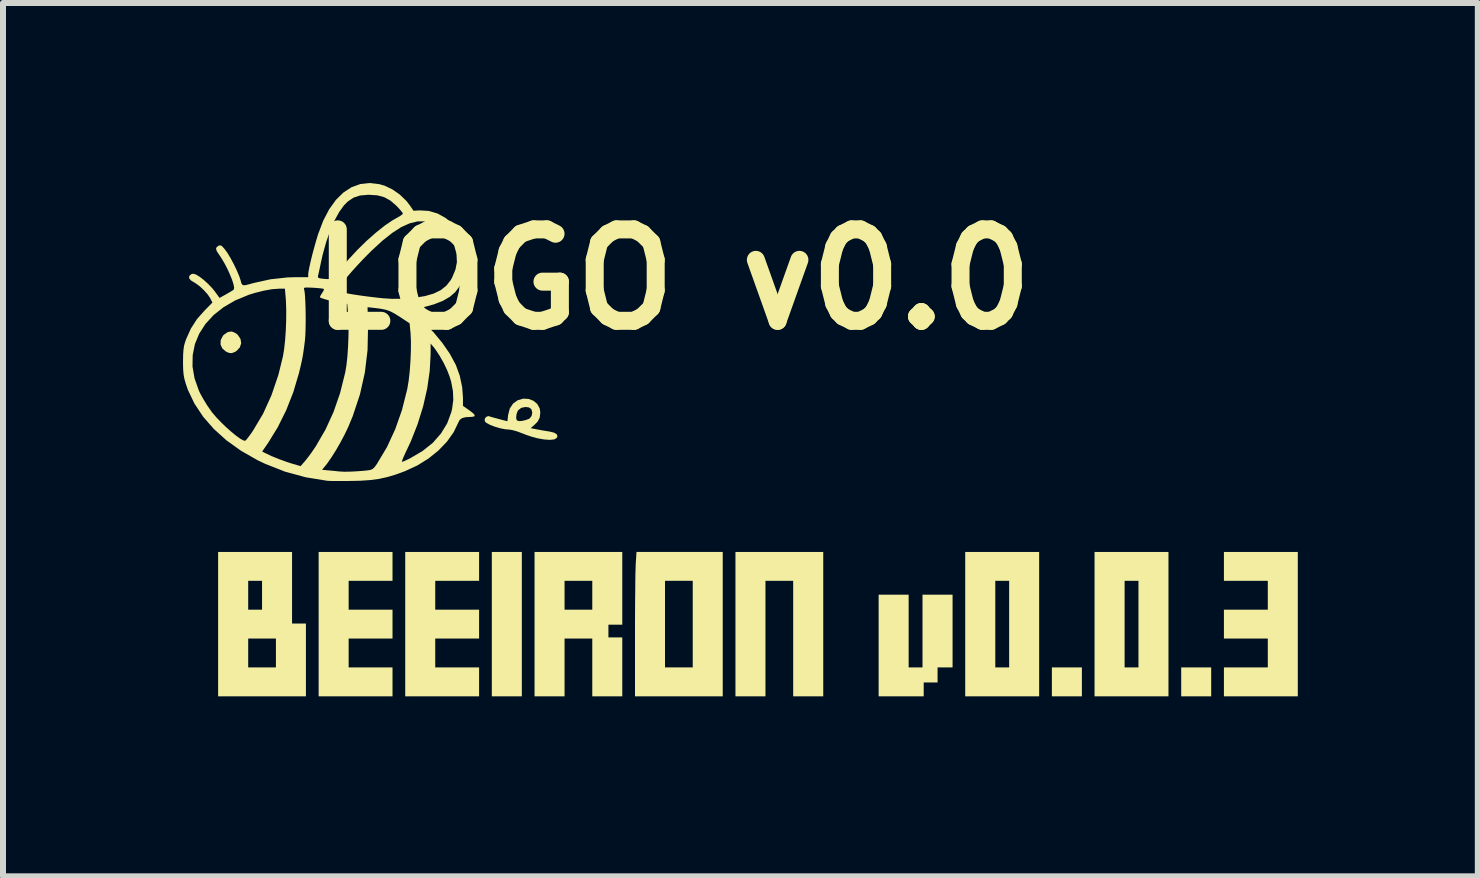
<source format=kicad_pcb>
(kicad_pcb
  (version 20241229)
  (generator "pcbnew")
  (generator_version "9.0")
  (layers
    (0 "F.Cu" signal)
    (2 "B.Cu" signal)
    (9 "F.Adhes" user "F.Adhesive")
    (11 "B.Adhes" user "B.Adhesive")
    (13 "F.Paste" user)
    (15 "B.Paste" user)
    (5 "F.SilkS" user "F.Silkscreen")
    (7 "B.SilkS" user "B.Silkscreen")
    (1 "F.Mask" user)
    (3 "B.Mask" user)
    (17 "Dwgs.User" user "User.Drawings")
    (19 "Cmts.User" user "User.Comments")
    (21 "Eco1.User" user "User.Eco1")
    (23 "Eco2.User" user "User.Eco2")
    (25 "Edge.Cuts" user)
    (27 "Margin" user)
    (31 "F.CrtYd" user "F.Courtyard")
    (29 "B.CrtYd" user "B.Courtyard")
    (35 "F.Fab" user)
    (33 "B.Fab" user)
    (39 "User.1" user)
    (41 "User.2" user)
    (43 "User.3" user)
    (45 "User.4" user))
  (footprint "LOGO v0.0"
    (layer "F.Cu")
    (at 8.167 1.607)
    (property "Reference" "LOGO v0.0" (at 0 0 0) (layer "F.SilkS") (effects (font (size 1.524 1.524) (thickness 0.3))))
    (attr board_only exclude_from_pos_files exclude_from_bom)
    (fp_poly (pts (xy -2.521 6.947) (xy -3.021 6.947) (xy -3.021 4.541) (xy -2.521 4.541)) (stroke (width 0) (type solid)) (fill yes) (layer "F.SilkS"))
    (fp_poly (pts (xy 6.812 6.947) (xy 6.312 6.947) (xy 6.312 6.465) (xy 6.812 6.465)) (stroke (width 0) (type solid)) (fill yes) (layer "F.SilkS"))
    (fp_poly (pts (xy 8.967 6.947) (xy 8.467 6.947) (xy 8.467 6.465) (xy 8.967 6.465)) (stroke (width 0) (type solid)) (fill yes) (layer "F.SilkS"))
    (fp_poly (pts (xy 2.502 6.947) (xy 2.001 6.947) (xy 2.001 5.022) (xy 1.539 5.022) (xy 1.539 6.947) (xy 1.039 6.947) (xy 1.039 4.541) (xy 2.502 4.541)) (stroke (width 0) (type solid)) (fill yes) (layer "F.SilkS"))
    (fp_poly (pts (xy 6.1 6.947) (xy 4.868 6.947) (xy 4.868 6.465) (xy 5.369 6.465) (xy 5.6 6.465) (xy 5.6 5.022) (xy 5.369 5.022) (xy 5.369 6.465) (xy 4.868 6.465) (xy 4.868 4.541) (xy 6.1 4.541)) (stroke (width 0) (type solid)) (fill yes) (layer "F.SilkS"))
    (fp_poly (pts (xy 8.255 6.947) (xy 7.023 6.947) (xy 7.023 6.465) (xy 7.524 6.465) (xy 7.755 6.465) (xy 7.755 5.022) (xy 7.524 5.022) (xy 7.524 6.465) (xy 7.023 6.465) (xy 7.023 4.541) (xy 8.255 4.541)) (stroke (width 0) (type solid)) (fill yes) (layer "F.SilkS"))
    (fp_poly (pts (xy -4.676 5.022) (xy -5.407 5.022) (xy -5.407 5.503) (xy -4.676 5.503) (xy -4.676 5.984) (xy -5.407 5.984) (xy -5.407 6.465) (xy -4.676 6.465) (xy -4.676 6.947) (xy -5.907 6.947) (xy -5.907 4.541) (xy -4.676 4.541)) (stroke (width 0) (type solid)) (fill yes) (layer "F.SilkS"))
    (fp_poly (pts (xy -3.233 5.022) (xy -3.964 5.022) (xy -3.964 5.503) (xy -3.233 5.503) (xy -3.233 5.984) (xy -3.964 5.984) (xy -3.964 6.465) (xy -3.233 6.465) (xy -3.233 6.947) (xy -4.464 6.947) (xy -4.464 4.541) (xy -3.233 4.541)) (stroke (width 0) (type solid)) (fill yes) (layer "F.SilkS"))
    (fp_poly (pts (xy 3.925 6.465) (xy 4.156 6.465) (xy 4.156 5.253) (xy 4.657 5.253) (xy 4.657 6.465) (xy 4.407 6.465) (xy 4.407 6.716) (xy 4.176 6.716) (xy 4.176 6.947) (xy 3.425 6.947) (xy 3.425 5.253) (xy 3.925 5.253)) (stroke (width 0) (type solid)) (fill yes) (layer "F.SilkS"))
    (fp_poly (pts (xy 10.41 6.947) (xy 9.179 6.947) (xy 9.179 6.465) (xy 9.91 6.465) (xy 9.91 5.984) (xy 9.179 5.984) (xy 9.179 5.503) (xy 9.91 5.503) (xy 9.91 5.022) (xy 9.179 5.022) (xy 9.179 4.541) (xy 10.41 4.541)) (stroke (width 0) (type solid)) (fill yes) (layer "F.SilkS"))
    (fp_poly (pts (xy -7.285 0.898) (xy -7.255 0.923) (xy -7.209 0.991) (xy -7.198 1.063) (xy -7.22 1.132) (xy -7.275 1.191) (xy -7.306 1.21) (xy -7.357 1.228) (xy -7.404 1.223) (xy -7.451 1.202) (xy -7.512 1.15) (xy -7.542 1.083) (xy -7.539 1.01) (xy -7.502 0.939) (xy -7.487 0.922) (xy -7.42 0.876) (xy -7.353 0.867)) (stroke (width 0) (type solid)) (fill yes) (layer "F.SilkS"))
    (fp_poly (pts (xy -0.847 5.753) (xy -1.078 5.753) (xy -1.078 5.965) (xy -0.847 5.965) (xy -0.847 6.947) (xy -1.347 6.947) (xy -1.347 5.984) (xy -1.809 5.984) (xy -1.809 6.947) (xy -2.309 6.947) (xy -2.309 5.503) (xy -1.809 5.503) (xy -1.347 5.503) (xy -1.347 5.022) (xy -1.809 5.022) (xy -1.809 5.503) (xy -2.309 5.503) (xy -2.309 4.541) (xy -0.847 4.541)) (stroke (width 0) (type solid)) (fill yes) (layer "F.SilkS"))
    (fp_poly (pts (xy -6.35 5.734) (xy -6.119 5.734) (xy -6.119 6.947) (xy -7.582 6.947) (xy -7.582 6.465) (xy -7.081 6.465) (xy -6.619 6.465) (xy -6.619 5.984) (xy -7.081 5.984) (xy -7.081 6.465) (xy -7.582 6.465) (xy -7.582 5.503) (xy -7.081 5.503) (xy -6.85 5.503) (xy -6.85 5.022) (xy -7.081 5.022) (xy -7.081 5.503) (xy -7.582 5.503) (xy -7.582 4.541) (xy -6.35 4.541)) (stroke (width 0) (type solid)) (fill yes) (layer "F.SilkS"))
    (fp_poly (pts (xy 0.827 6.947) (xy -0.635 6.947) (xy -0.635 6.465) (xy -0.135 6.465) (xy 0.327 6.465) (xy 0.327 5.022) (xy -0.135 5.022) (xy -0.135 6.465) (xy -0.635 6.465) (xy -0.635 5.931) (xy -0.635 5.73) (xy -0.634 5.535) (xy -0.633 5.35) (xy -0.631 5.181) (xy -0.63 5.03) (xy -0.628 4.904) (xy -0.625 4.805) (xy -0.623 4.74) (xy -0.622 4.729) (xy -0.61 4.541) (xy 0.827 4.541)) (stroke (width 0) (type solid)) (fill yes) (layer "F.SilkS"))
    (fp_poly (pts (xy -2.408 1.991) (xy -2.327 2.022) (xy -2.263 2.076) (xy -2.223 2.15) (xy -2.213 2.217) (xy -2.223 2.301) (xy -2.257 2.369) (xy -2.315 2.427) (xy -2.374 2.478) (xy -2.27 2.498) (xy -2.185 2.514) (xy -2.094 2.529) (xy -2.061 2.534) (xy -1.983 2.553) (xy -1.938 2.581) (xy -1.927 2.616) (xy -1.942 2.644) (xy -1.983 2.666) (xy -2.054 2.673) (xy -2.152 2.666) (xy -2.264 2.646) (xy -2.343 2.625) (xy -2.437 2.594) (xy -2.523 2.561) (xy -2.6 2.532) (xy -2.674 2.511) (xy -2.729 2.502) (xy -2.733 2.502) (xy -2.808 2.495) (xy -2.893 2.477) (xy -2.979 2.451) (xy -3.055 2.421) (xy -3.112 2.39) (xy -3.137 2.366) (xy -3.14 2.326) (xy -3.118 2.292) (xy -3.081 2.277) (xy -3.062 2.281) (xy -3.028 2.292) (xy -2.97 2.308) (xy -2.899 2.327) (xy -2.896 2.328) (xy -2.761 2.363) (xy -2.755 2.31) (xy -2.616 2.31) (xy -2.604 2.348) (xy -2.567 2.361) (xy -2.516 2.357) (xy -2.453 2.342) (xy -2.4 2.322) (xy -2.391 2.316) (xy -2.358 2.275) (xy -2.347 2.219) (xy -2.361 2.164) (xy -2.362 2.161) (xy -2.401 2.133) (xy -2.459 2.125) (xy -2.521 2.137) (xy -2.537 2.144) (xy -2.586 2.184) (xy -2.609 2.242) (xy -2.616 2.31) (xy -2.755 2.31) (xy -2.75 2.261) (xy -2.722 2.151) (xy -2.666 2.067) (xy -2.59 2.013) (xy -2.498 1.986)) (stroke (width 0) (type solid)) (fill yes) (layer "F.SilkS"))
    (fp_poly (pts (xy -4.896 -1.588) (xy -4.809 -1.563) (xy -4.68 -1.502) (xy -4.555 -1.415) (xy -4.445 -1.309) (xy -4.392 -1.241) (xy -4.326 -1.145) (xy -4.223 -1.151) (xy -4.071 -1.142) (xy -3.923 -1.098) (xy -3.787 -1.022) (xy -3.666 -0.918) (xy -3.566 -0.789) (xy -3.519 -0.702) (xy -3.458 -0.53) (xy -3.433 -0.356) (xy -3.444 -0.185) (xy -3.491 -0.02) (xy -3.573 0.134) (xy -3.632 0.212) (xy -3.719 0.288) (xy -3.838 0.357) (xy -3.986 0.415) (xy -4.158 0.461) (xy -4.336 0.491) (xy -4.429 0.503) (xy -4.311 0.589) (xy -4.149 0.723) (xy -3.991 0.882) (xy -3.846 1.057) (xy -3.721 1.238) (xy -3.625 1.416) (xy -3.62 1.426) (xy -3.555 1.605) (xy -3.515 1.796) (xy -3.502 1.967) (xy -3.502 2.107) (xy -3.396 2.181) (xy -3.333 2.229) (xy -3.306 2.262) (xy -3.313 2.282) (xy -3.355 2.29) (xy -3.364 2.29) (xy -3.456 2.295) (xy -3.518 2.311) (xy -3.557 2.341) (xy -3.578 2.381) (xy -3.656 2.544) (xy -3.768 2.702) (xy -3.91 2.85) (xy -4.076 2.984) (xy -4.263 3.1) (xy -4.466 3.194) (xy -4.472 3.196) (xy -4.628 3.253) (xy -4.768 3.294) (xy -4.903 3.324) (xy -5.047 3.343) (xy -5.208 3.354) (xy -5.34 3.357) (xy -5.457 3.359) (xy -5.567 3.359) (xy -5.66 3.359) (xy -5.73 3.357) (xy -5.763 3.355) (xy -6.121 3.297) (xy -6.467 3.203) (xy -6.545 3.172) (xy -5.85 3.172) (xy -5.729 3.183) (xy -5.652 3.19) (xy -5.58 3.198) (xy -5.542 3.201) (xy -5.48 3.204) (xy -5.392 3.203) (xy -5.289 3.198) (xy -5.184 3.191) (xy -5.094 3.182) (xy -5.043 3.174) (xy -5.007 3.158) (xy -4.975 3.128) (xy -4.936 3.074) (xy -4.929 3.062) (xy -4.915 3.039) (xy -4.52 3.039) (xy -4.519 3.04) (xy -4.494 3.032) (xy -4.446 3.011) (xy -4.384 2.981) (xy -4.382 2.98) (xy -4.177 2.86) (xy -4.005 2.723) (xy -3.868 2.567) (xy -3.764 2.396) (xy -3.695 2.208) (xy -3.683 2.155) (xy -3.663 2.008) (xy -3.669 1.861) (xy -3.699 1.703) (xy -3.724 1.62) (xy -3.766 1.511) (xy -3.824 1.39) (xy -3.892 1.27) (xy -3.961 1.166) (xy -3.992 1.126) (xy -4.041 1.068) (xy -4.041 1.245) (xy -4.056 1.524) (xy -4.098 1.817) (xy -4.166 2.116) (xy -4.258 2.412) (xy -4.37 2.696) (xy -4.425 2.814) (xy -4.465 2.898) (xy -4.496 2.967) (xy -4.515 3.017) (xy -4.52 3.039) (xy -4.915 3.039) (xy -4.768 2.793) (xy -4.631 2.496) (xy -4.518 2.175) (xy -4.432 1.834) (xy -4.427 1.809) (xy -4.406 1.68) (xy -4.389 1.527) (xy -4.377 1.359) (xy -4.37 1.191) (xy -4.369 1.034) (xy -4.375 0.9) (xy -4.377 0.88) (xy -4.391 0.731) (xy -4.556 0.622) (xy -4.641 0.569) (xy -4.711 0.532) (xy -4.78 0.507) (xy -4.861 0.49) (xy -4.965 0.476) (xy -4.985 0.474) (xy -5.092 0.462) (xy -5.084 0.795) (xy -5.092 1.178) (xy -5.137 1.552) (xy -5.219 1.917) (xy -5.339 2.278) (xy -5.416 2.463) (xy -5.473 2.582) (xy -5.541 2.711) (xy -5.615 2.84) (xy -5.689 2.958) (xy -5.757 3.056) (xy -5.784 3.092) (xy -5.85 3.172) (xy -6.545 3.172) (xy -6.799 3.072) (xy -6.927 3.011) (xy -7.179 2.867) (xy -6.848 2.867) (xy -6.796 2.894) (xy -6.688 2.945) (xy -6.559 2.997) (xy -6.429 3.044) (xy -6.351 3.069) (xy -6.208 3.111) (xy -6.131 3.023) (xy -6.085 2.965) (xy -6.028 2.888) (xy -5.972 2.806) (xy -5.955 2.781) (xy -5.793 2.502) (xy -5.659 2.209) (xy -5.55 1.895) (xy -5.465 1.554) (xy -5.464 1.549) (xy -5.444 1.431) (xy -5.428 1.285) (xy -5.417 1.122) (xy -5.41 0.954) (xy -5.408 0.79) (xy -5.411 0.642) (xy -5.416 0.574) (xy -5.43 0.407) (xy -5.527 0.394) (xy -5.589 0.383) (xy -5.664 0.366) (xy -5.741 0.347) (xy -5.811 0.327) (xy -5.862 0.31) (xy -5.885 0.299) (xy -5.881 0.278) (xy -5.859 0.24) (xy -5.851 0.229) (xy -5.826 0.189) (xy -5.825 0.184) (xy -5.599 0.184) (xy -5.581 0.196) (xy -5.529 0.212) (xy -5.448 0.229) (xy -5.343 0.248) (xy -5.217 0.267) (xy -5.076 0.286) (xy -4.925 0.304) (xy -4.83 0.314) (xy -4.683 0.323) (xy -4.52 0.322) (xy -4.364 0.313) (xy -4.315 0.307) (xy -4.135 0.277) (xy -3.989 0.235) (xy -3.872 0.178) (xy -3.779 0.104) (xy -3.706 0.011) (xy -3.681 -0.035) (xy -3.627 -0.165) (xy -3.603 -0.287) (xy -3.609 -0.412) (xy -3.616 -0.451) (xy -3.65 -0.573) (xy -3.699 -0.671) (xy -3.771 -0.759) (xy -3.794 -0.782) (xy -3.907 -0.873) (xy -4.021 -0.935) (xy -4.138 -0.967) (xy -4.261 -0.967) (xy -4.391 -0.935) (xy -4.531 -0.872) (xy -4.681 -0.775) (xy -4.844 -0.646) (xy -5.022 -0.482) (xy -5.081 -0.424) (xy -5.17 -0.333) (xy -5.261 -0.236) (xy -5.348 -0.14) (xy -5.428 -0.047) (xy -5.497 0.036) (xy -5.551 0.105) (xy -5.587 0.156) (xy -5.599 0.184) (xy -5.825 0.184) (xy -5.818 0.162) (xy -5.819 0.159) (xy -5.843 0.152) (xy -5.895 0.146) (xy -5.966 0.14) (xy -5.997 0.138) (xy -6.077 0.135) (xy -6.125 0.135) (xy -6.148 0.14) (xy -6.153 0.151) (xy -6.149 0.166) (xy -6.141 0.205) (xy -6.134 0.276) (xy -6.129 0.37) (xy -6.125 0.48) (xy -6.123 0.599) (xy -6.123 0.719) (xy -6.125 0.834) (xy -6.129 0.934) (xy -6.135 1.013) (xy -6.137 1.029) (xy -6.152 1.143) (xy -6.164 1.229) (xy -6.176 1.299) (xy -6.189 1.364) (xy -6.205 1.435) (xy -6.226 1.522) (xy -6.237 1.568) (xy -6.329 1.877) (xy -6.447 2.178) (xy -6.588 2.462) (xy -6.745 2.717) (xy -6.848 2.867) (xy -7.179 2.867) (xy -7.2 2.855) (xy -7.442 2.682) (xy -7.653 2.492) (xy -7.832 2.287) (xy -7.977 2.068) (xy -8.087 1.837) (xy -8.123 1.732) (xy -8.144 1.658) (xy -8.157 1.588) (xy -8.164 1.511) (xy -8.166 1.452) (xy -8.009 1.452) (xy -7.975 1.648) (xy -7.905 1.847) (xy -7.881 1.899) (xy -7.828 1.995) (xy -7.764 2.099) (xy -7.701 2.19) (xy -7.681 2.217) (xy -7.613 2.297) (xy -7.534 2.379) (xy -7.45 2.461) (xy -7.365 2.536) (xy -7.286 2.601) (xy -7.217 2.651) (xy -7.163 2.682) (xy -7.131 2.689) (xy -7.112 2.671) (xy -7.078 2.628) (xy -7.033 2.567) (xy -7.001 2.52) (xy -6.833 2.238) (xy -6.693 1.929) (xy -6.578 1.591) (xy -6.502 1.282) (xy -6.482 1.161) (xy -6.466 1.012) (xy -6.454 0.847) (xy -6.448 0.676) (xy -6.447 0.51) (xy -6.452 0.361) (xy -6.455 0.318) (xy -6.469 0.154) (xy -6.568 0.154) (xy -6.681 0.162) (xy -6.816 0.186) (xy -6.961 0.222) (xy -7.072 0.256) (xy -7.296 0.349) (xy -7.491 0.462) (xy -7.657 0.593) (xy -7.793 0.741) (xy -7.897 0.903) (xy -7.969 1.077) (xy -8.006 1.261) (xy -8.009 1.452) (xy -8.166 1.452) (xy -8.167 1.413) (xy -8.167 1.357) (xy -8.165 1.249) (xy -8.159 1.169) (xy -8.15 1.105) (xy -8.133 1.045) (xy -8.116 0.996) (xy -8.036 0.818) (xy -7.934 0.66) (xy -7.807 0.517) (xy -7.677 0.385) (xy -7.714 0.312) (xy -7.756 0.249) (xy -7.819 0.179) (xy -7.889 0.113) (xy -7.955 0.065) (xy -7.968 0.057) (xy -8.034 0.017) (xy -8.065 -0.019) (xy -8.064 -0.055) (xy -8.061 -0.06) (xy -8.028 -0.089) (xy -7.996 -0.096) (xy -7.951 -0.082) (xy -7.89 -0.045) (xy -7.819 0.01) (xy -7.746 0.077) (xy -7.678 0.148) (xy -7.639 0.197) (xy -7.558 0.308) (xy -7.449 0.247) (xy -7.39 0.213) (xy -7.344 0.185) (xy -7.323 0.17) (xy -7.315 0.14) (xy -7.325 0.083) (xy -7.349 0.007) (xy -7.385 -0.083) (xy -7.429 -0.179) (xy -7.479 -0.275) (xy -7.533 -0.364) (xy -7.563 -0.409) (xy -7.604 -0.47) (xy -7.617 -0.512) (xy -7.605 -0.541) (xy -7.579 -0.56) (xy -7.551 -0.569) (xy -7.525 -0.561) (xy -7.492 -0.528) (xy -7.474 -0.507) (xy -7.428 -0.444) (xy -7.375 -0.356) (xy -7.321 -0.255) (xy -7.271 -0.151) (xy -7.231 -0.056) (xy -7.208 0.013) (xy -7.196 0.057) (xy -7.183 0.084) (xy -7.162 0.096) (xy -7.125 0.095) (xy -7.065 0.08) (xy -6.985 0.058) (xy -6.708 -0.003) (xy -6.425 -0.034) (xy -6.287 -0.038) (xy -6.081 -0.038) (xy -6.081 -0.054) (xy -5.919 -0.054) (xy -5.917 -0.032) (xy -5.889 -0.019) (xy -5.855 -0.014) (xy -5.784 -0.007) (xy -5.733 -0.006) (xy -5.694 -0.016) (xy -5.659 -0.041) (xy -5.617 -0.086) (xy -5.561 -0.155) (xy -5.551 -0.167) (xy -5.411 -0.332) (xy -5.262 -0.492) (xy -5.108 -0.643) (xy -4.955 -0.778) (xy -4.809 -0.895) (xy -4.675 -0.986) (xy -4.595 -1.031) (xy -4.544 -1.061) (xy -4.51 -1.087) (xy -4.503 -1.099) (xy -4.516 -1.121) (xy -4.55 -1.162) (xy -4.598 -1.214) (xy -4.614 -1.23) (xy -4.712 -1.315) (xy -4.814 -1.371) (xy -4.929 -1.402) (xy -5.067 -1.411) (xy -5.083 -1.411) (xy -5.217 -1.399) (xy -5.326 -1.363) (xy -5.421 -1.299) (xy -5.485 -1.235) (xy -5.564 -1.125) (xy -5.642 -0.983) (xy -5.715 -0.814) (xy -5.781 -0.624) (xy -5.838 -0.42) (xy -5.868 -0.288) (xy -5.886 -0.201) (xy -5.902 -0.127) (xy -5.914 -0.074) (xy -5.919 -0.054) (xy -6.081 -0.054) (xy -6.081 -0.091) (xy -6.075 -0.135) (xy -6.061 -0.208) (xy -6.04 -0.302) (xy -6.014 -0.409) (xy -5.984 -0.521) (xy -5.953 -0.632) (xy -5.923 -0.732) (xy -5.914 -0.76) (xy -5.83 -0.981) (xy -5.731 -1.17) (xy -5.619 -1.326) (xy -5.494 -1.449) (xy -5.359 -1.537) (xy -5.213 -1.59) (xy -5.059 -1.607)) (stroke (width 0) (type solid)) (fill yes) (layer "F.SilkS")))
  (gr_rect
    (start -3 -3)
    (end 21.577 11.554)
    (stroke (width 0.1) (type default))
    (fill no)
    (layer "Edge.Cuts")))
</source>
